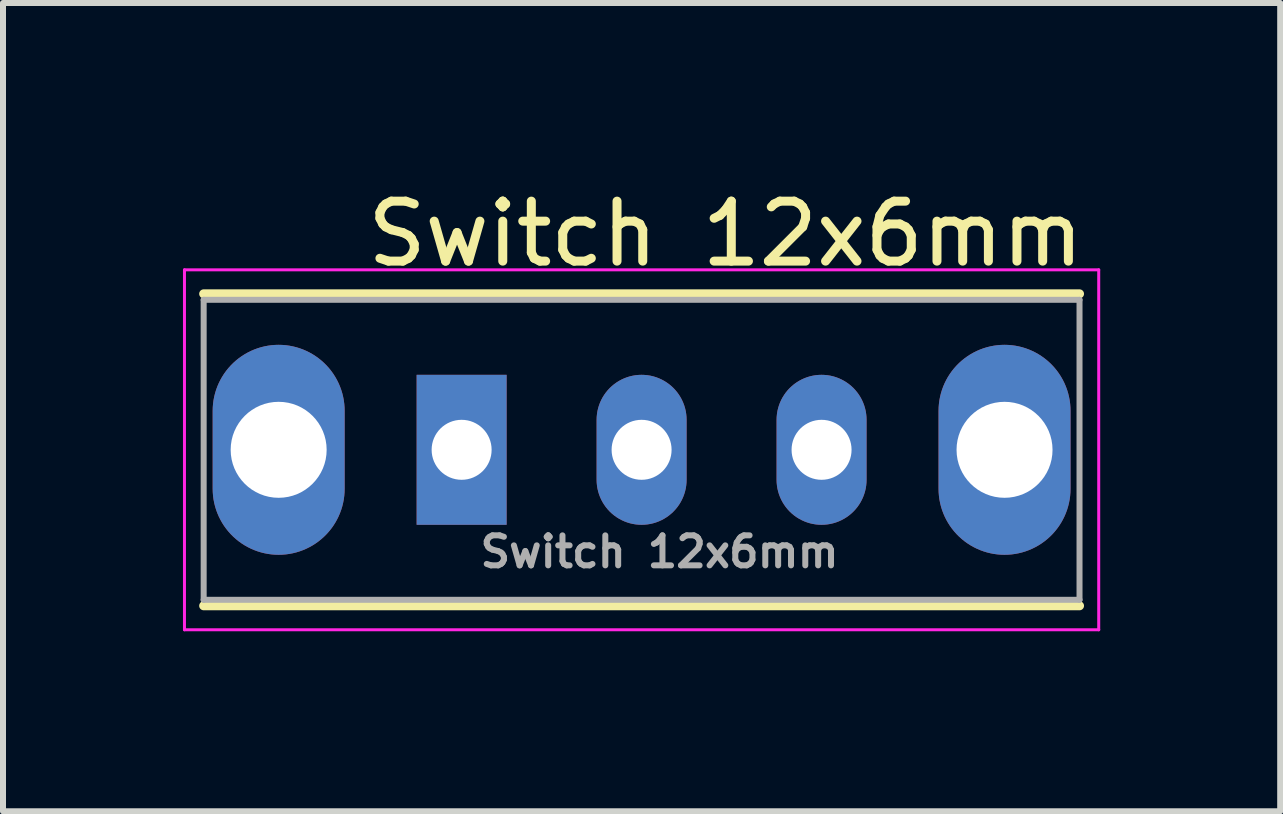
<source format=kicad_pcb>
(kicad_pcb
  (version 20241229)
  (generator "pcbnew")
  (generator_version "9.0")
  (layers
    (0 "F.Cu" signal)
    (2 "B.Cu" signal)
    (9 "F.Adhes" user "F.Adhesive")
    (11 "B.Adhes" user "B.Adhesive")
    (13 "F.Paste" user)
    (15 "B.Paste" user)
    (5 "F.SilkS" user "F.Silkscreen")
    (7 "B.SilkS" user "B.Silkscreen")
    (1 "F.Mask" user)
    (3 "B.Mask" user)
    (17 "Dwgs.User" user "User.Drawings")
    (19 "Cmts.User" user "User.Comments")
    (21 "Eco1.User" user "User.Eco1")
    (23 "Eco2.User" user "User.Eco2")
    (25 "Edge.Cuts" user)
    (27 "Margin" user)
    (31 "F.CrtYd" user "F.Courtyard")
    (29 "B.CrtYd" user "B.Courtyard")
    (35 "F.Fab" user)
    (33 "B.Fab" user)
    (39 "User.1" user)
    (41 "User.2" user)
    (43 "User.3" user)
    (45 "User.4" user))
  (footprint "Switch 12x6mm"
    (layer "F.Cu")
    (at 7.645 4.448)
    (property "Reference" "Switch 12x6mm" (at 1.4 -3.6 0) (layer "F.SilkS") (effects (font (size 1 1) (thickness 0.15))))
    (attr through_hole)
    (fp_line (start -7.3 -2.6) (end 7.3 -2.6) (stroke (width 0.15) (type solid)) (layer "F.SilkS"))
    (fp_line (start -7.3 2.6) (end 7.3 2.6) (stroke (width 0.15) (type solid)) (layer "F.SilkS"))
    (fp_line (start -7.62 -3) (end 7.62 -3) (stroke (width 0.05) (type solid)) (layer "F.CrtYd"))
    (fp_line (start -7.62 3) (end -7.62 -3) (stroke (width 0.05) (type solid)) (layer "F.CrtYd"))
    (fp_line (start 7.62 -3) (end 7.62 3) (stroke (width 0.05) (type solid)) (layer "F.CrtYd"))
    (fp_line (start 7.62 3) (end -7.62 3) (stroke (width 0.05) (type solid)) (layer "F.CrtYd"))
    (fp_line (start -7.3 -2.5) (end -7.3 2.5) (stroke (width 0.1) (type solid)) (layer "F.Fab"))
    (fp_line (start -7.3 -2.5) (end 7.3 -2.5) (stroke (width 0.1) (type solid)) (layer "F.Fab"))
    (fp_line (start -7.3 2.5) (end 7.3 2.5) (stroke (width 0.1) (type solid)) (layer "F.Fab"))
    (fp_line (start 7.3 2.5) (end 7.3 -2.5) (stroke (width 0.1) (type solid)) (layer "F.Fab"))
    (fp_text user "${REFERENCE}" (at 0.3 1.7 0) (layer "F.Fab") (effects (font (size 0.5 0.5) (thickness 0.1))))
    (pad "" thru_hole oval (at -6.05 0) (size 2.2 3.5) (drill 1.6) (layers "*.Cu" "*.Mask"))
    (pad "" thru_hole oval (at 6.05 0) (size 2.2 3.5) (drill 1.6) (layers "*.Cu" "*.Mask"))
    (pad "1" thru_hole rect (at -3 0) (size 1.5 2.5) (drill 1) (layers "*.Cu" "*.Mask"))
    (pad "2" thru_hole oval (at 0 0) (size 1.5 2.5) (drill 1) (layers "*.Cu" "*.Mask"))
    (pad "3" thru_hole oval (at 3 0) (size 1.5 2.5) (drill 1) (layers "*.Cu" "*.Mask")))
  (gr_rect
    (start -3 -3)
    (end 18.29 10.473)
    (stroke (width 0.1) (type default))
    (fill no)
    (layer "Edge.Cuts")))
</source>
